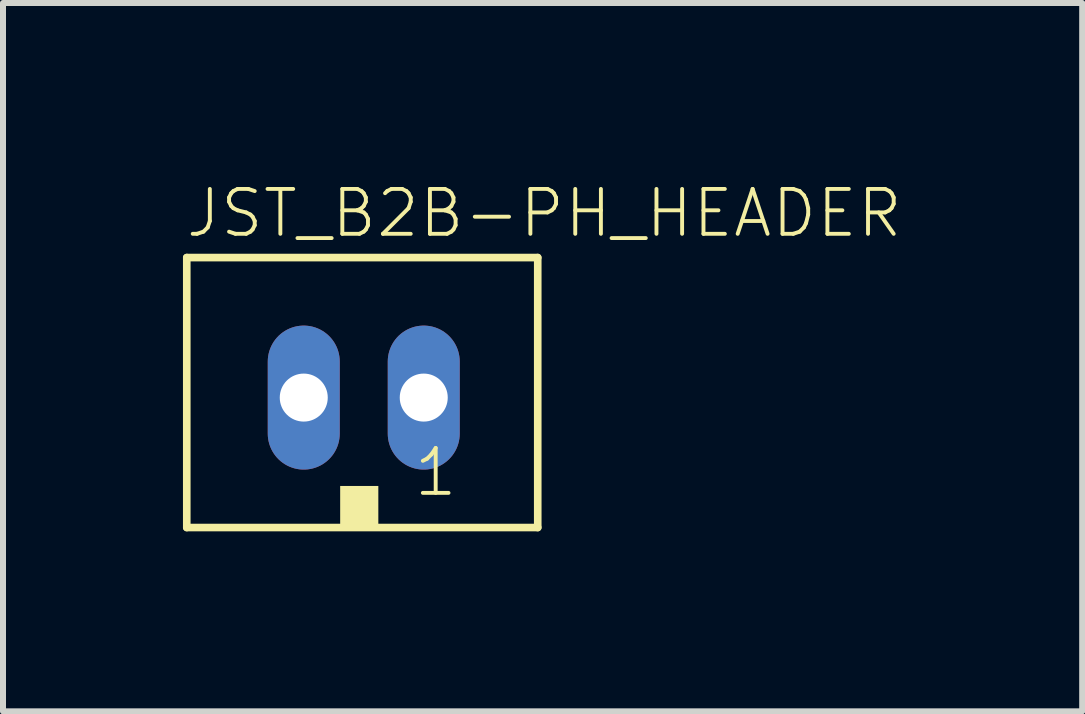
<source format=kicad_pcb>
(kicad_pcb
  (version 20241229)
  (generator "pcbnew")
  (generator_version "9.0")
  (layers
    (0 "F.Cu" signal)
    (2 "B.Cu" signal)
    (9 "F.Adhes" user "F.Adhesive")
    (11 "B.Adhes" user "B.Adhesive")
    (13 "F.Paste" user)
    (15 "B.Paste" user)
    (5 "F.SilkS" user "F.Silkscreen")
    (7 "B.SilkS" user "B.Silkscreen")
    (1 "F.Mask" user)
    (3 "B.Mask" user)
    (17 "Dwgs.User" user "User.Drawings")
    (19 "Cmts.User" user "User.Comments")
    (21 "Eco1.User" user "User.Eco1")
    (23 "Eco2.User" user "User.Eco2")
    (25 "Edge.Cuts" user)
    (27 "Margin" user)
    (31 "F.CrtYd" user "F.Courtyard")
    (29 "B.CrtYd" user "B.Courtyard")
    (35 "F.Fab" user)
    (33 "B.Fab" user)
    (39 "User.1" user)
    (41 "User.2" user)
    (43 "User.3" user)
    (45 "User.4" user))
  (footprint "JST_B2B-PH_HEADER"
    (layer "F.Cu")
    (at 2.938 3.625)
    (property "Reference" "JST_B2B-PH_HEADER" (at -2.925 -2.683 0) (unlocked yes) (layer "F.SilkS") (effects (font (size 0.748 0.748) (thickness 0.065)) (justify left bottom)))
    (fp_line (start -2.875 -2.382) (end 2.975 -2.382) (stroke (width 0.127) (type solid)) (layer "F.SilkS"))
    (fp_line (start -2.875 2.118) (end -2.875 -2.382) (stroke (width 0.127) (type solid)) (layer "F.SilkS"))
    (fp_line (start 2.975 -2.382) (end 2.975 2.118) (stroke (width 0.127) (type solid)) (layer "F.SilkS"))
    (fp_line (start 2.975 2.118) (end -2.875 2.118) (stroke (width 0.127) (type solid)) (layer "F.SilkS"))
    (fp_poly (pts (xy -0.318 2.06) (xy 0.318 2.06) (xy 0.318 1.425) (xy -0.318 1.425)) (stroke (width 0) (type default)) (fill yes) (layer "F.SilkS"))
    (fp_text user "1" (at 0.875 1.635 0) (unlocked yes) (layer "F.SilkS") (effects (font (size 0.748 0.748) (thickness 0.065)) (justify left bottom)))
    (pad "P1" thru_hole oval (at 1.075 -0.048 90) (size 2.4 1.2) (drill 0.8) (layers "*.Cu" "*.Mask"))
    (pad "P2" thru_hole oval (at -0.925 -0.048 90) (size 2.4 1.2) (drill 0.8) (layers "*.Cu" "*.Mask")))
  (gr_rect
    (start -3 -3)
    (end 14.988 8.806)
    (stroke (width 0.1) (type default))
    (fill no)
    (layer "Edge.Cuts")))
</source>
